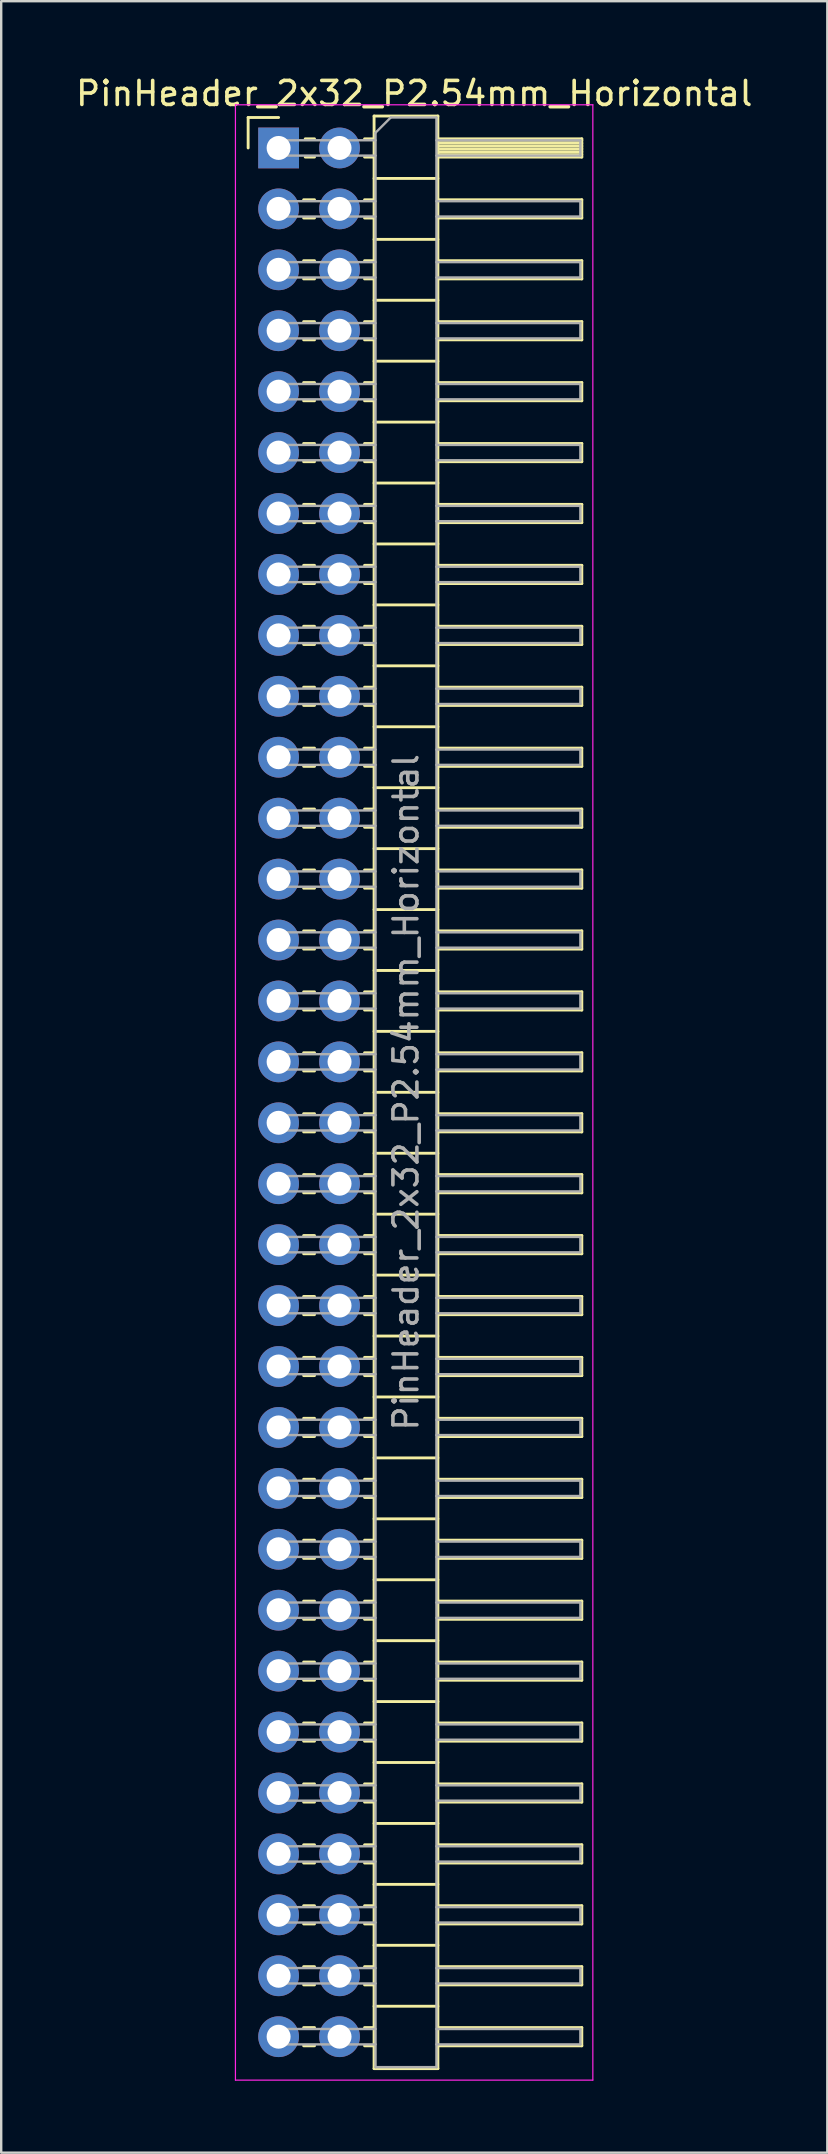
<source format=kicad_pcb>
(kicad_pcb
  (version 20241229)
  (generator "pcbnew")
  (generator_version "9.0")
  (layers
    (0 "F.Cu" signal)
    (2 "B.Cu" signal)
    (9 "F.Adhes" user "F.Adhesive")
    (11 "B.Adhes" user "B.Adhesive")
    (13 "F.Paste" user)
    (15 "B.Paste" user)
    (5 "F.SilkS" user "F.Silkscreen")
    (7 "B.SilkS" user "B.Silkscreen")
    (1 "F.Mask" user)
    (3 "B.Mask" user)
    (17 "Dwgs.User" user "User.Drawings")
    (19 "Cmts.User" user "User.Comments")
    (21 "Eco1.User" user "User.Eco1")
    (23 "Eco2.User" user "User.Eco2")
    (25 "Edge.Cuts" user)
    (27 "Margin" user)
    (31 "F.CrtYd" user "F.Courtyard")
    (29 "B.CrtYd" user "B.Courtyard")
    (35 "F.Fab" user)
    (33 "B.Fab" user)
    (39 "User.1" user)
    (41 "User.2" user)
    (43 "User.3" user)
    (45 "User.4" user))
  (footprint "PinHeader_2x32_P2.54mm_Horizontal"
    (layer "F.Cu")
    (at 8.565 3.118)
    (property "Reference" "PinHeader_2x32_P2.54mm_Horizontal" (at 5.655 -2.27 0) (layer "F.SilkS") (effects (font (size 1 1) (thickness 0.15))))
    (attr through_hole)
    (fp_line (start -1.27 -1.27) (end 0 -1.27) (stroke (width 0.12) (type solid)) (layer "F.SilkS"))
    (fp_line (start -1.27 0) (end -1.27 -1.27) (stroke (width 0.12) (type solid)) (layer "F.SilkS"))
    (fp_line (start 1.043 2.16) (end 1.497 2.16) (stroke (width 0.12) (type solid)) (layer "F.SilkS"))
    (fp_line (start 1.043 2.92) (end 1.497 2.92) (stroke (width 0.12) (type solid)) (layer "F.SilkS"))
    (fp_line (start 1.043 4.7) (end 1.497 4.7) (stroke (width 0.12) (type solid)) (layer "F.SilkS"))
    (fp_line (start 1.043 5.46) (end 1.497 5.46) (stroke (width 0.12) (type solid)) (layer "F.SilkS"))
    (fp_line (start 1.043 7.24) (end 1.497 7.24) (stroke (width 0.12) (type solid)) (layer "F.SilkS"))
    (fp_line (start 1.043 8) (end 1.497 8) (stroke (width 0.12) (type solid)) (layer "F.SilkS"))
    (fp_line (start 1.043 9.78) (end 1.497 9.78) (stroke (width 0.12) (type solid)) (layer "F.SilkS"))
    (fp_line (start 1.043 10.54) (end 1.497 10.54) (stroke (width 0.12) (type solid)) (layer "F.SilkS"))
    (fp_line (start 1.043 12.32) (end 1.497 12.32) (stroke (width 0.12) (type solid)) (layer "F.SilkS"))
    (fp_line (start 1.043 13.08) (end 1.497 13.08) (stroke (width 0.12) (type solid)) (layer "F.SilkS"))
    (fp_line (start 1.043 14.86) (end 1.497 14.86) (stroke (width 0.12) (type solid)) (layer "F.SilkS"))
    (fp_line (start 1.043 15.62) (end 1.497 15.62) (stroke (width 0.12) (type solid)) (layer "F.SilkS"))
    (fp_line (start 1.043 17.4) (end 1.497 17.4) (stroke (width 0.12) (type solid)) (layer "F.SilkS"))
    (fp_line (start 1.043 18.16) (end 1.497 18.16) (stroke (width 0.12) (type solid)) (layer "F.SilkS"))
    (fp_line (start 1.043 19.94) (end 1.497 19.94) (stroke (width 0.12) (type solid)) (layer "F.SilkS"))
    (fp_line (start 1.043 20.7) (end 1.497 20.7) (stroke (width 0.12) (type solid)) (layer "F.SilkS"))
    (fp_line (start 1.043 22.48) (end 1.497 22.48) (stroke (width 0.12) (type solid)) (layer "F.SilkS"))
    (fp_line (start 1.043 23.24) (end 1.497 23.24) (stroke (width 0.12) (type solid)) (layer "F.SilkS"))
    (fp_line (start 1.043 25.02) (end 1.497 25.02) (stroke (width 0.12) (type solid)) (layer "F.SilkS"))
    (fp_line (start 1.043 25.78) (end 1.497 25.78) (stroke (width 0.12) (type solid)) (layer "F.SilkS"))
    (fp_line (start 1.043 27.56) (end 1.497 27.56) (stroke (width 0.12) (type solid)) (layer "F.SilkS"))
    (fp_line (start 1.043 28.32) (end 1.497 28.32) (stroke (width 0.12) (type solid)) (layer "F.SilkS"))
    (fp_line (start 1.043 30.1) (end 1.497 30.1) (stroke (width 0.12) (type solid)) (layer "F.SilkS"))
    (fp_line (start 1.043 30.86) (end 1.497 30.86) (stroke (width 0.12) (type solid)) (layer "F.SilkS"))
    (fp_line (start 1.043 32.64) (end 1.497 32.64) (stroke (width 0.12) (type solid)) (layer "F.SilkS"))
    (fp_line (start 1.043 33.4) (end 1.497 33.4) (stroke (width 0.12) (type solid)) (layer "F.SilkS"))
    (fp_line (start 1.043 35.18) (end 1.497 35.18) (stroke (width 0.12) (type solid)) (layer "F.SilkS"))
    (fp_line (start 1.043 35.94) (end 1.497 35.94) (stroke (width 0.12) (type solid)) (layer "F.SilkS"))
    (fp_line (start 1.043 37.72) (end 1.497 37.72) (stroke (width 0.12) (type solid)) (layer "F.SilkS"))
    (fp_line (start 1.043 38.48) (end 1.497 38.48) (stroke (width 0.12) (type solid)) (layer "F.SilkS"))
    (fp_line (start 1.043 40.26) (end 1.497 40.26) (stroke (width 0.12) (type solid)) (layer "F.SilkS"))
    (fp_line (start 1.043 41.02) (end 1.497 41.02) (stroke (width 0.12) (type solid)) (layer "F.SilkS"))
    (fp_line (start 1.043 42.8) (end 1.497 42.8) (stroke (width 0.12) (type solid)) (layer "F.SilkS"))
    (fp_line (start 1.043 43.56) (end 1.497 43.56) (stroke (width 0.12) (type solid)) (layer "F.SilkS"))
    (fp_line (start 1.043 45.34) (end 1.497 45.34) (stroke (width 0.12) (type solid)) (layer "F.SilkS"))
    (fp_line (start 1.043 46.1) (end 1.497 46.1) (stroke (width 0.12) (type solid)) (layer "F.SilkS"))
    (fp_line (start 1.043 47.88) (end 1.497 47.88) (stroke (width 0.12) (type solid)) (layer "F.SilkS"))
    (fp_line (start 1.043 48.64) (end 1.497 48.64) (stroke (width 0.12) (type solid)) (layer "F.SilkS"))
    (fp_line (start 1.043 50.42) (end 1.497 50.42) (stroke (width 0.12) (type solid)) (layer "F.SilkS"))
    (fp_line (start 1.043 51.18) (end 1.497 51.18) (stroke (width 0.12) (type solid)) (layer "F.SilkS"))
    (fp_line (start 1.043 52.96) (end 1.497 52.96) (stroke (width 0.12) (type solid)) (layer "F.SilkS"))
    (fp_line (start 1.043 53.72) (end 1.497 53.72) (stroke (width 0.12) (type solid)) (layer "F.SilkS"))
    (fp_line (start 1.043 55.5) (end 1.497 55.5) (stroke (width 0.12) (type solid)) (layer "F.SilkS"))
    (fp_line (start 1.043 56.26) (end 1.497 56.26) (stroke (width 0.12) (type solid)) (layer "F.SilkS"))
    (fp_line (start 1.043 58.04) (end 1.497 58.04) (stroke (width 0.12) (type solid)) (layer "F.SilkS"))
    (fp_line (start 1.043 58.8) (end 1.497 58.8) (stroke (width 0.12) (type solid)) (layer "F.SilkS"))
    (fp_line (start 1.043 60.58) (end 1.497 60.58) (stroke (width 0.12) (type solid)) (layer "F.SilkS"))
    (fp_line (start 1.043 61.34) (end 1.497 61.34) (stroke (width 0.12) (type solid)) (layer "F.SilkS"))
    (fp_line (start 1.043 63.12) (end 1.497 63.12) (stroke (width 0.12) (type solid)) (layer "F.SilkS"))
    (fp_line (start 1.043 63.88) (end 1.497 63.88) (stroke (width 0.12) (type solid)) (layer "F.SilkS"))
    (fp_line (start 1.043 65.66) (end 1.497 65.66) (stroke (width 0.12) (type solid)) (layer "F.SilkS"))
    (fp_line (start 1.043 66.42) (end 1.497 66.42) (stroke (width 0.12) (type solid)) (layer "F.SilkS"))
    (fp_line (start 1.043 68.2) (end 1.497 68.2) (stroke (width 0.12) (type solid)) (layer "F.SilkS"))
    (fp_line (start 1.043 68.96) (end 1.497 68.96) (stroke (width 0.12) (type solid)) (layer "F.SilkS"))
    (fp_line (start 1.043 70.74) (end 1.497 70.74) (stroke (width 0.12) (type solid)) (layer "F.SilkS"))
    (fp_line (start 1.043 71.5) (end 1.497 71.5) (stroke (width 0.12) (type solid)) (layer "F.SilkS"))
    (fp_line (start 1.043 73.28) (end 1.497 73.28) (stroke (width 0.12) (type solid)) (layer "F.SilkS"))
    (fp_line (start 1.043 74.04) (end 1.497 74.04) (stroke (width 0.12) (type solid)) (layer "F.SilkS"))
    (fp_line (start 1.043 75.82) (end 1.497 75.82) (stroke (width 0.12) (type solid)) (layer "F.SilkS"))
    (fp_line (start 1.043 76.58) (end 1.497 76.58) (stroke (width 0.12) (type solid)) (layer "F.SilkS"))
    (fp_line (start 1.043 78.36) (end 1.497 78.36) (stroke (width 0.12) (type solid)) (layer "F.SilkS"))
    (fp_line (start 1.043 79.12) (end 1.497 79.12) (stroke (width 0.12) (type solid)) (layer "F.SilkS"))
    (fp_line (start 1.11 -0.38) (end 1.497 -0.38) (stroke (width 0.12) (type solid)) (layer "F.SilkS"))
    (fp_line (start 1.11 0.38) (end 1.497 0.38) (stroke (width 0.12) (type solid)) (layer "F.SilkS"))
    (fp_line (start 3.583 -0.38) (end 3.98 -0.38) (stroke (width 0.12) (type solid)) (layer "F.SilkS"))
    (fp_line (start 3.583 0.38) (end 3.98 0.38) (stroke (width 0.12) (type solid)) (layer "F.SilkS"))
    (fp_line (start 3.583 2.16) (end 3.98 2.16) (stroke (width 0.12) (type solid)) (layer "F.SilkS"))
    (fp_line (start 3.583 2.92) (end 3.98 2.92) (stroke (width 0.12) (type solid)) (layer "F.SilkS"))
    (fp_line (start 3.583 4.7) (end 3.98 4.7) (stroke (width 0.12) (type solid)) (layer "F.SilkS"))
    (fp_line (start 3.583 5.46) (end 3.98 5.46) (stroke (width 0.12) (type solid)) (layer "F.SilkS"))
    (fp_line (start 3.583 7.24) (end 3.98 7.24) (stroke (width 0.12) (type solid)) (layer "F.SilkS"))
    (fp_line (start 3.583 8) (end 3.98 8) (stroke (width 0.12) (type solid)) (layer "F.SilkS"))
    (fp_line (start 3.583 9.78) (end 3.98 9.78) (stroke (width 0.12) (type solid)) (layer "F.SilkS"))
    (fp_line (start 3.583 10.54) (end 3.98 10.54) (stroke (width 0.12) (type solid)) (layer "F.SilkS"))
    (fp_line (start 3.583 12.32) (end 3.98 12.32) (stroke (width 0.12) (type solid)) (layer "F.SilkS"))
    (fp_line (start 3.583 13.08) (end 3.98 13.08) (stroke (width 0.12) (type solid)) (layer "F.SilkS"))
    (fp_line (start 3.583 14.86) (end 3.98 14.86) (stroke (width 0.12) (type solid)) (layer "F.SilkS"))
    (fp_line (start 3.583 15.62) (end 3.98 15.62) (stroke (width 0.12) (type solid)) (layer "F.SilkS"))
    (fp_line (start 3.583 17.4) (end 3.98 17.4) (stroke (width 0.12) (type solid)) (layer "F.SilkS"))
    (fp_line (start 3.583 18.16) (end 3.98 18.16) (stroke (width 0.12) (type solid)) (layer "F.SilkS"))
    (fp_line (start 3.583 19.94) (end 3.98 19.94) (stroke (width 0.12) (type solid)) (layer "F.SilkS"))
    (fp_line (start 3.583 20.7) (end 3.98 20.7) (stroke (width 0.12) (type solid)) (layer "F.SilkS"))
    (fp_line (start 3.583 22.48) (end 3.98 22.48) (stroke (width 0.12) (type solid)) (layer "F.SilkS"))
    (fp_line (start 3.583 23.24) (end 3.98 23.24) (stroke (width 0.12) (type solid)) (layer "F.SilkS"))
    (fp_line (start 3.583 25.02) (end 3.98 25.02) (stroke (width 0.12) (type solid)) (layer "F.SilkS"))
    (fp_line (start 3.583 25.78) (end 3.98 25.78) (stroke (width 0.12) (type solid)) (layer "F.SilkS"))
    (fp_line (start 3.583 27.56) (end 3.98 27.56) (stroke (width 0.12) (type solid)) (layer "F.SilkS"))
    (fp_line (start 3.583 28.32) (end 3.98 28.32) (stroke (width 0.12) (type solid)) (layer "F.SilkS"))
    (fp_line (start 3.583 30.1) (end 3.98 30.1) (stroke (width 0.12) (type solid)) (layer "F.SilkS"))
    (fp_line (start 3.583 30.86) (end 3.98 30.86) (stroke (width 0.12) (type solid)) (layer "F.SilkS"))
    (fp_line (start 3.583 32.64) (end 3.98 32.64) (stroke (width 0.12) (type solid)) (layer "F.SilkS"))
    (fp_line (start 3.583 33.4) (end 3.98 33.4) (stroke (width 0.12) (type solid)) (layer "F.SilkS"))
    (fp_line (start 3.583 35.18) (end 3.98 35.18) (stroke (width 0.12) (type solid)) (layer "F.SilkS"))
    (fp_line (start 3.583 35.94) (end 3.98 35.94) (stroke (width 0.12) (type solid)) (layer "F.SilkS"))
    (fp_line (start 3.583 37.72) (end 3.98 37.72) (stroke (width 0.12) (type solid)) (layer "F.SilkS"))
    (fp_line (start 3.583 38.48) (end 3.98 38.48) (stroke (width 0.12) (type solid)) (layer "F.SilkS"))
    (fp_line (start 3.583 40.26) (end 3.98 40.26) (stroke (width 0.12) (type solid)) (layer "F.SilkS"))
    (fp_line (start 3.583 41.02) (end 3.98 41.02) (stroke (width 0.12) (type solid)) (layer "F.SilkS"))
    (fp_line (start 3.583 42.8) (end 3.98 42.8) (stroke (width 0.12) (type solid)) (layer "F.SilkS"))
    (fp_line (start 3.583 43.56) (end 3.98 43.56) (stroke (width 0.12) (type solid)) (layer "F.SilkS"))
    (fp_line (start 3.583 45.34) (end 3.98 45.34) (stroke (width 0.12) (type solid)) (layer "F.SilkS"))
    (fp_line (start 3.583 46.1) (end 3.98 46.1) (stroke (width 0.12) (type solid)) (layer "F.SilkS"))
    (fp_line (start 3.583 47.88) (end 3.98 47.88) (stroke (width 0.12) (type solid)) (layer "F.SilkS"))
    (fp_line (start 3.583 48.64) (end 3.98 48.64) (stroke (width 0.12) (type solid)) (layer "F.SilkS"))
    (fp_line (start 3.583 50.42) (end 3.98 50.42) (stroke (width 0.12) (type solid)) (layer "F.SilkS"))
    (fp_line (start 3.583 51.18) (end 3.98 51.18) (stroke (width 0.12) (type solid)) (layer "F.SilkS"))
    (fp_line (start 3.583 52.96) (end 3.98 52.96) (stroke (width 0.12) (type solid)) (layer "F.SilkS"))
    (fp_line (start 3.583 53.72) (end 3.98 53.72) (stroke (width 0.12) (type solid)) (layer "F.SilkS"))
    (fp_line (start 3.583 55.5) (end 3.98 55.5) (stroke (width 0.12) (type solid)) (layer "F.SilkS"))
    (fp_line (start 3.583 56.26) (end 3.98 56.26) (stroke (width 0.12) (type solid)) (layer "F.SilkS"))
    (fp_line (start 3.583 58.04) (end 3.98 58.04) (stroke (width 0.12) (type solid)) (layer "F.SilkS"))
    (fp_line (start 3.583 58.8) (end 3.98 58.8) (stroke (width 0.12) (type solid)) (layer "F.SilkS"))
    (fp_line (start 3.583 60.58) (end 3.98 60.58) (stroke (width 0.12) (type solid)) (layer "F.SilkS"))
    (fp_line (start 3.583 61.34) (end 3.98 61.34) (stroke (width 0.12) (type solid)) (layer "F.SilkS"))
    (fp_line (start 3.583 63.12) (end 3.98 63.12) (stroke (width 0.12) (type solid)) (layer "F.SilkS"))
    (fp_line (start 3.583 63.88) (end 3.98 63.88) (stroke (width 0.12) (type solid)) (layer "F.SilkS"))
    (fp_line (start 3.583 65.66) (end 3.98 65.66) (stroke (width 0.12) (type solid)) (layer "F.SilkS"))
    (fp_line (start 3.583 66.42) (end 3.98 66.42) (stroke (width 0.12) (type solid)) (layer "F.SilkS"))
    (fp_line (start 3.583 68.2) (end 3.98 68.2) (stroke (width 0.12) (type solid)) (layer "F.SilkS"))
    (fp_line (start 3.583 68.96) (end 3.98 68.96) (stroke (width 0.12) (type solid)) (layer "F.SilkS"))
    (fp_line (start 3.583 70.74) (end 3.98 70.74) (stroke (width 0.12) (type solid)) (layer "F.SilkS"))
    (fp_line (start 3.583 71.5) (end 3.98 71.5) (stroke (width 0.12) (type solid)) (layer "F.SilkS"))
    (fp_line (start 3.583 73.28) (end 3.98 73.28) (stroke (width 0.12) (type solid)) (layer "F.SilkS"))
    (fp_line (start 3.583 74.04) (end 3.98 74.04) (stroke (width 0.12) (type solid)) (layer "F.SilkS"))
    (fp_line (start 3.583 75.82) (end 3.98 75.82) (stroke (width 0.12) (type solid)) (layer "F.SilkS"))
    (fp_line (start 3.583 76.58) (end 3.98 76.58) (stroke (width 0.12) (type solid)) (layer "F.SilkS"))
    (fp_line (start 3.583 78.36) (end 3.98 78.36) (stroke (width 0.12) (type solid)) (layer "F.SilkS"))
    (fp_line (start 3.583 79.12) (end 3.98 79.12) (stroke (width 0.12) (type solid)) (layer "F.SilkS"))
    (fp_line (start 3.98 -1.33) (end 3.98 80.07) (stroke (width 0.12) (type solid)) (layer "F.SilkS"))
    (fp_line (start 3.98 1.27) (end 6.64 1.27) (stroke (width 0.12) (type solid)) (layer "F.SilkS"))
    (fp_line (start 3.98 3.81) (end 6.64 3.81) (stroke (width 0.12) (type solid)) (layer "F.SilkS"))
    (fp_line (start 3.98 6.35) (end 6.64 6.35) (stroke (width 0.12) (type solid)) (layer "F.SilkS"))
    (fp_line (start 3.98 8.89) (end 6.64 8.89) (stroke (width 0.12) (type solid)) (layer "F.SilkS"))
    (fp_line (start 3.98 11.43) (end 6.64 11.43) (stroke (width 0.12) (type solid)) (layer "F.SilkS"))
    (fp_line (start 3.98 13.97) (end 6.64 13.97) (stroke (width 0.12) (type solid)) (layer "F.SilkS"))
    (fp_line (start 3.98 16.51) (end 6.64 16.51) (stroke (width 0.12) (type solid)) (layer "F.SilkS"))
    (fp_line (start 3.98 19.05) (end 6.64 19.05) (stroke (width 0.12) (type solid)) (layer "F.SilkS"))
    (fp_line (start 3.98 21.59) (end 6.64 21.59) (stroke (width 0.12) (type solid)) (layer "F.SilkS"))
    (fp_line (start 3.98 24.13) (end 6.64 24.13) (stroke (width 0.12) (type solid)) (layer "F.SilkS"))
    (fp_line (start 3.98 26.67) (end 6.64 26.67) (stroke (width 0.12) (type solid)) (layer "F.SilkS"))
    (fp_line (start 3.98 29.21) (end 6.64 29.21) (stroke (width 0.12) (type solid)) (layer "F.SilkS"))
    (fp_line (start 3.98 31.75) (end 6.64 31.75) (stroke (width 0.12) (type solid)) (layer "F.SilkS"))
    (fp_line (start 3.98 34.29) (end 6.64 34.29) (stroke (width 0.12) (type solid)) (layer "F.SilkS"))
    (fp_line (start 3.98 36.83) (end 6.64 36.83) (stroke (width 0.12) (type solid)) (layer "F.SilkS"))
    (fp_line (start 3.98 39.37) (end 6.64 39.37) (stroke (width 0.12) (type solid)) (layer "F.SilkS"))
    (fp_line (start 3.98 41.91) (end 6.64 41.91) (stroke (width 0.12) (type solid)) (layer "F.SilkS"))
    (fp_line (start 3.98 44.45) (end 6.64 44.45) (stroke (width 0.12) (type solid)) (layer "F.SilkS"))
    (fp_line (start 3.98 46.99) (end 6.64 46.99) (stroke (width 0.12) (type solid)) (layer "F.SilkS"))
    (fp_line (start 3.98 49.53) (end 6.64 49.53) (stroke (width 0.12) (type solid)) (layer "F.SilkS"))
    (fp_line (start 3.98 52.07) (end 6.64 52.07) (stroke (width 0.12) (type solid)) (layer "F.SilkS"))
    (fp_line (start 3.98 54.61) (end 6.64 54.61) (stroke (width 0.12) (type solid)) (layer "F.SilkS"))
    (fp_line (start 3.98 57.15) (end 6.64 57.15) (stroke (width 0.12) (type solid)) (layer "F.SilkS"))
    (fp_line (start 3.98 59.69) (end 6.64 59.69) (stroke (width 0.12) (type solid)) (layer "F.SilkS"))
    (fp_line (start 3.98 62.23) (end 6.64 62.23) (stroke (width 0.12) (type solid)) (layer "F.SilkS"))
    (fp_line (start 3.98 64.77) (end 6.64 64.77) (stroke (width 0.12) (type solid)) (layer "F.SilkS"))
    (fp_line (start 3.98 67.31) (end 6.64 67.31) (stroke (width 0.12) (type solid)) (layer "F.SilkS"))
    (fp_line (start 3.98 69.85) (end 6.64 69.85) (stroke (width 0.12) (type solid)) (layer "F.SilkS"))
    (fp_line (start 3.98 72.39) (end 6.64 72.39) (stroke (width 0.12) (type solid)) (layer "F.SilkS"))
    (fp_line (start 3.98 74.93) (end 6.64 74.93) (stroke (width 0.12) (type solid)) (layer "F.SilkS"))
    (fp_line (start 3.98 77.47) (end 6.64 77.47) (stroke (width 0.12) (type solid)) (layer "F.SilkS"))
    (fp_line (start 3.98 80.07) (end 6.64 80.07) (stroke (width 0.12) (type solid)) (layer "F.SilkS"))
    (fp_line (start 6.64 -1.33) (end 3.98 -1.33) (stroke (width 0.12) (type solid)) (layer "F.SilkS"))
    (fp_line (start 6.64 -0.38) (end 12.64 -0.38) (stroke (width 0.12) (type solid)) (layer "F.SilkS"))
    (fp_line (start 6.64 -0.32) (end 12.64 -0.32) (stroke (width 0.12) (type solid)) (layer "F.SilkS"))
    (fp_line (start 6.64 -0.2) (end 12.64 -0.2) (stroke (width 0.12) (type solid)) (layer "F.SilkS"))
    (fp_line (start 6.64 -0.08) (end 12.64 -0.08) (stroke (width 0.12) (type solid)) (layer "F.SilkS"))
    (fp_line (start 6.64 0.04) (end 12.64 0.04) (stroke (width 0.12) (type solid)) (layer "F.SilkS"))
    (fp_line (start 6.64 0.16) (end 12.64 0.16) (stroke (width 0.12) (type solid)) (layer "F.SilkS"))
    (fp_line (start 6.64 0.28) (end 12.64 0.28) (stroke (width 0.12) (type solid)) (layer "F.SilkS"))
    (fp_line (start 6.64 2.16) (end 12.64 2.16) (stroke (width 0.12) (type solid)) (layer "F.SilkS"))
    (fp_line (start 6.64 4.7) (end 12.64 4.7) (stroke (width 0.12) (type solid)) (layer "F.SilkS"))
    (fp_line (start 6.64 7.24) (end 12.64 7.24) (stroke (width 0.12) (type solid)) (layer "F.SilkS"))
    (fp_line (start 6.64 9.78) (end 12.64 9.78) (stroke (width 0.12) (type solid)) (layer "F.SilkS"))
    (fp_line (start 6.64 12.32) (end 12.64 12.32) (stroke (width 0.12) (type solid)) (layer "F.SilkS"))
    (fp_line (start 6.64 14.86) (end 12.64 14.86) (stroke (width 0.12) (type solid)) (layer "F.SilkS"))
    (fp_line (start 6.64 17.4) (end 12.64 17.4) (stroke (width 0.12) (type solid)) (layer "F.SilkS"))
    (fp_line (start 6.64 19.94) (end 12.64 19.94) (stroke (width 0.12) (type solid)) (layer "F.SilkS"))
    (fp_line (start 6.64 22.48) (end 12.64 22.48) (stroke (width 0.12) (type solid)) (layer "F.SilkS"))
    (fp_line (start 6.64 25.02) (end 12.64 25.02) (stroke (width 0.12) (type solid)) (layer "F.SilkS"))
    (fp_line (start 6.64 27.56) (end 12.64 27.56) (stroke (width 0.12) (type solid)) (layer "F.SilkS"))
    (fp_line (start 6.64 30.1) (end 12.64 30.1) (stroke (width 0.12) (type solid)) (layer "F.SilkS"))
    (fp_line (start 6.64 32.64) (end 12.64 32.64) (stroke (width 0.12) (type solid)) (layer "F.SilkS"))
    (fp_line (start 6.64 35.18) (end 12.64 35.18) (stroke (width 0.12) (type solid)) (layer "F.SilkS"))
    (fp_line (start 6.64 37.72) (end 12.64 37.72) (stroke (width 0.12) (type solid)) (layer "F.SilkS"))
    (fp_line (start 6.64 40.26) (end 12.64 40.26) (stroke (width 0.12) (type solid)) (layer "F.SilkS"))
    (fp_line (start 6.64 42.8) (end 12.64 42.8) (stroke (width 0.12) (type solid)) (layer "F.SilkS"))
    (fp_line (start 6.64 45.34) (end 12.64 45.34) (stroke (width 0.12) (type solid)) (layer "F.SilkS"))
    (fp_line (start 6.64 47.88) (end 12.64 47.88) (stroke (width 0.12) (type solid)) (layer "F.SilkS"))
    (fp_line (start 6.64 50.42) (end 12.64 50.42) (stroke (width 0.12) (type solid)) (layer "F.SilkS"))
    (fp_line (start 6.64 52.96) (end 12.64 52.96) (stroke (width 0.12) (type solid)) (layer "F.SilkS"))
    (fp_line (start 6.64 55.5) (end 12.64 55.5) (stroke (width 0.12) (type solid)) (layer "F.SilkS"))
    (fp_line (start 6.64 58.04) (end 12.64 58.04) (stroke (width 0.12) (type solid)) (layer "F.SilkS"))
    (fp_line (start 6.64 60.58) (end 12.64 60.58) (stroke (width 0.12) (type solid)) (layer "F.SilkS"))
    (fp_line (start 6.64 63.12) (end 12.64 63.12) (stroke (width 0.12) (type solid)) (layer "F.SilkS"))
    (fp_line (start 6.64 65.66) (end 12.64 65.66) (stroke (width 0.12) (type solid)) (layer "F.SilkS"))
    (fp_line (start 6.64 68.2) (end 12.64 68.2) (stroke (width 0.12) (type solid)) (layer "F.SilkS"))
    (fp_line (start 6.64 70.74) (end 12.64 70.74) (stroke (width 0.12) (type solid)) (layer "F.SilkS"))
    (fp_line (start 6.64 73.28) (end 12.64 73.28) (stroke (width 0.12) (type solid)) (layer "F.SilkS"))
    (fp_line (start 6.64 75.82) (end 12.64 75.82) (stroke (width 0.12) (type solid)) (layer "F.SilkS"))
    (fp_line (start 6.64 78.36) (end 12.64 78.36) (stroke (width 0.12) (type solid)) (layer "F.SilkS"))
    (fp_line (start 6.64 80.07) (end 6.64 -1.33) (stroke (width 0.12) (type solid)) (layer "F.SilkS"))
    (fp_line (start 12.64 -0.38) (end 12.64 0.38) (stroke (width 0.12) (type solid)) (layer "F.SilkS"))
    (fp_line (start 12.64 0.38) (end 6.64 0.38) (stroke (width 0.12) (type solid)) (layer "F.SilkS"))
    (fp_line (start 12.64 2.16) (end 12.64 2.92) (stroke (width 0.12) (type solid)) (layer "F.SilkS"))
    (fp_line (start 12.64 2.92) (end 6.64 2.92) (stroke (width 0.12) (type solid)) (layer "F.SilkS"))
    (fp_line (start 12.64 4.7) (end 12.64 5.46) (stroke (width 0.12) (type solid)) (layer "F.SilkS"))
    (fp_line (start 12.64 5.46) (end 6.64 5.46) (stroke (width 0.12) (type solid)) (layer "F.SilkS"))
    (fp_line (start 12.64 7.24) (end 12.64 8) (stroke (width 0.12) (type solid)) (layer "F.SilkS"))
    (fp_line (start 12.64 8) (end 6.64 8) (stroke (width 0.12) (type solid)) (layer "F.SilkS"))
    (fp_line (start 12.64 9.78) (end 12.64 10.54) (stroke (width 0.12) (type solid)) (layer "F.SilkS"))
    (fp_line (start 12.64 10.54) (end 6.64 10.54) (stroke (width 0.12) (type solid)) (layer "F.SilkS"))
    (fp_line (start 12.64 12.32) (end 12.64 13.08) (stroke (width 0.12) (type solid)) (layer "F.SilkS"))
    (fp_line (start 12.64 13.08) (end 6.64 13.08) (stroke (width 0.12) (type solid)) (layer "F.SilkS"))
    (fp_line (start 12.64 14.86) (end 12.64 15.62) (stroke (width 0.12) (type solid)) (layer "F.SilkS"))
    (fp_line (start 12.64 15.62) (end 6.64 15.62) (stroke (width 0.12) (type solid)) (layer "F.SilkS"))
    (fp_line (start 12.64 17.4) (end 12.64 18.16) (stroke (width 0.12) (type solid)) (layer "F.SilkS"))
    (fp_line (start 12.64 18.16) (end 6.64 18.16) (stroke (width 0.12) (type solid)) (layer "F.SilkS"))
    (fp_line (start 12.64 19.94) (end 12.64 20.7) (stroke (width 0.12) (type solid)) (layer "F.SilkS"))
    (fp_line (start 12.64 20.7) (end 6.64 20.7) (stroke (width 0.12) (type solid)) (layer "F.SilkS"))
    (fp_line (start 12.64 22.48) (end 12.64 23.24) (stroke (width 0.12) (type solid)) (layer "F.SilkS"))
    (fp_line (start 12.64 23.24) (end 6.64 23.24) (stroke (width 0.12) (type solid)) (layer "F.SilkS"))
    (fp_line (start 12.64 25.02) (end 12.64 25.78) (stroke (width 0.12) (type solid)) (layer "F.SilkS"))
    (fp_line (start 12.64 25.78) (end 6.64 25.78) (stroke (width 0.12) (type solid)) (layer "F.SilkS"))
    (fp_line (start 12.64 27.56) (end 12.64 28.32) (stroke (width 0.12) (type solid)) (layer "F.SilkS"))
    (fp_line (start 12.64 28.32) (end 6.64 28.32) (stroke (width 0.12) (type solid)) (layer "F.SilkS"))
    (fp_line (start 12.64 30.1) (end 12.64 30.86) (stroke (width 0.12) (type solid)) (layer "F.SilkS"))
    (fp_line (start 12.64 30.86) (end 6.64 30.86) (stroke (width 0.12) (type solid)) (layer "F.SilkS"))
    (fp_line (start 12.64 32.64) (end 12.64 33.4) (stroke (width 0.12) (type solid)) (layer "F.SilkS"))
    (fp_line (start 12.64 33.4) (end 6.64 33.4) (stroke (width 0.12) (type solid)) (layer "F.SilkS"))
    (fp_line (start 12.64 35.18) (end 12.64 35.94) (stroke (width 0.12) (type solid)) (layer "F.SilkS"))
    (fp_line (start 12.64 35.94) (end 6.64 35.94) (stroke (width 0.12) (type solid)) (layer "F.SilkS"))
    (fp_line (start 12.64 37.72) (end 12.64 38.48) (stroke (width 0.12) (type solid)) (layer "F.SilkS"))
    (fp_line (start 12.64 38.48) (end 6.64 38.48) (stroke (width 0.12) (type solid)) (layer "F.SilkS"))
    (fp_line (start 12.64 40.26) (end 12.64 41.02) (stroke (width 0.12) (type solid)) (layer "F.SilkS"))
    (fp_line (start 12.64 41.02) (end 6.64 41.02) (stroke (width 0.12) (type solid)) (layer "F.SilkS"))
    (fp_line (start 12.64 42.8) (end 12.64 43.56) (stroke (width 0.12) (type solid)) (layer "F.SilkS"))
    (fp_line (start 12.64 43.56) (end 6.64 43.56) (stroke (width 0.12) (type solid)) (layer "F.SilkS"))
    (fp_line (start 12.64 45.34) (end 12.64 46.1) (stroke (width 0.12) (type solid)) (layer "F.SilkS"))
    (fp_line (start 12.64 46.1) (end 6.64 46.1) (stroke (width 0.12) (type solid)) (layer "F.SilkS"))
    (fp_line (start 12.64 47.88) (end 12.64 48.64) (stroke (width 0.12) (type solid)) (layer "F.SilkS"))
    (fp_line (start 12.64 48.64) (end 6.64 48.64) (stroke (width 0.12) (type solid)) (layer "F.SilkS"))
    (fp_line (start 12.64 50.42) (end 12.64 51.18) (stroke (width 0.12) (type solid)) (layer "F.SilkS"))
    (fp_line (start 12.64 51.18) (end 6.64 51.18) (stroke (width 0.12) (type solid)) (layer "F.SilkS"))
    (fp_line (start 12.64 52.96) (end 12.64 53.72) (stroke (width 0.12) (type solid)) (layer "F.SilkS"))
    (fp_line (start 12.64 53.72) (end 6.64 53.72) (stroke (width 0.12) (type solid)) (layer "F.SilkS"))
    (fp_line (start 12.64 55.5) (end 12.64 56.26) (stroke (width 0.12) (type solid)) (layer "F.SilkS"))
    (fp_line (start 12.64 56.26) (end 6.64 56.26) (stroke (width 0.12) (type solid)) (layer "F.SilkS"))
    (fp_line (start 12.64 58.04) (end 12.64 58.8) (stroke (width 0.12) (type solid)) (layer "F.SilkS"))
    (fp_line (start 12.64 58.8) (end 6.64 58.8) (stroke (width 0.12) (type solid)) (layer "F.SilkS"))
    (fp_line (start 12.64 60.58) (end 12.64 61.34) (stroke (width 0.12) (type solid)) (layer "F.SilkS"))
    (fp_line (start 12.64 61.34) (end 6.64 61.34) (stroke (width 0.12) (type solid)) (layer "F.SilkS"))
    (fp_line (start 12.64 63.12) (end 12.64 63.88) (stroke (width 0.12) (type solid)) (layer "F.SilkS"))
    (fp_line (start 12.64 63.88) (end 6.64 63.88) (stroke (width 0.12) (type solid)) (layer "F.SilkS"))
    (fp_line (start 12.64 65.66) (end 12.64 66.42) (stroke (width 0.12) (type solid)) (layer "F.SilkS"))
    (fp_line (start 12.64 66.42) (end 6.64 66.42) (stroke (width 0.12) (type solid)) (layer "F.SilkS"))
    (fp_line (start 12.64 68.2) (end 12.64 68.96) (stroke (width 0.12) (type solid)) (layer "F.SilkS"))
    (fp_line (start 12.64 68.96) (end 6.64 68.96) (stroke (width 0.12) (type solid)) (layer "F.SilkS"))
    (fp_line (start 12.64 70.74) (end 12.64 71.5) (stroke (width 0.12) (type solid)) (layer "F.SilkS"))
    (fp_line (start 12.64 71.5) (end 6.64 71.5) (stroke (width 0.12) (type solid)) (layer "F.SilkS"))
    (fp_line (start 12.64 73.28) (end 12.64 74.04) (stroke (width 0.12) (type solid)) (layer "F.SilkS"))
    (fp_line (start 12.64 74.04) (end 6.64 74.04) (stroke (width 0.12) (type solid)) (layer "F.SilkS"))
    (fp_line (start 12.64 75.82) (end 12.64 76.58) (stroke (width 0.12) (type solid)) (layer "F.SilkS"))
    (fp_line (start 12.64 76.58) (end 6.64 76.58) (stroke (width 0.12) (type solid)) (layer "F.SilkS"))
    (fp_line (start 12.64 78.36) (end 12.64 79.12) (stroke (width 0.12) (type solid)) (layer "F.SilkS"))
    (fp_line (start 12.64 79.12) (end 6.64 79.12) (stroke (width 0.12) (type solid)) (layer "F.SilkS"))
    (fp_line (start -1.8 -1.8) (end -1.8 80.55) (stroke (width 0.05) (type solid)) (layer "F.CrtYd"))
    (fp_line (start -1.8 80.55) (end 13.1 80.55) (stroke (width 0.05) (type solid)) (layer "F.CrtYd"))
    (fp_line (start 13.1 -1.8) (end -1.8 -1.8) (stroke (width 0.05) (type solid)) (layer "F.CrtYd"))
    (fp_line (start 13.1 80.55) (end 13.1 -1.8) (stroke (width 0.05) (type solid)) (layer "F.CrtYd"))
    (fp_line (start -0.32 -0.32) (end -0.32 0.32) (stroke (width 0.1) (type solid)) (layer "F.Fab"))
    (fp_line (start -0.32 -0.32) (end 4.04 -0.32) (stroke (width 0.1) (type solid)) (layer "F.Fab"))
    (fp_line (start -0.32 0.32) (end 4.04 0.32) (stroke (width 0.1) (type solid)) (layer "F.Fab"))
    (fp_line (start -0.32 2.22) (end -0.32 2.86) (stroke (width 0.1) (type solid)) (layer "F.Fab"))
    (fp_line (start -0.32 2.22) (end 4.04 2.22) (stroke (width 0.1) (type solid)) (layer "F.Fab"))
    (fp_line (start -0.32 2.86) (end 4.04 2.86) (stroke (width 0.1) (type solid)) (layer "F.Fab"))
    (fp_line (start -0.32 4.76) (end -0.32 5.4) (stroke (width 0.1) (type solid)) (layer "F.Fab"))
    (fp_line (start -0.32 4.76) (end 4.04 4.76) (stroke (width 0.1) (type solid)) (layer "F.Fab"))
    (fp_line (start -0.32 5.4) (end 4.04 5.4) (stroke (width 0.1) (type solid)) (layer "F.Fab"))
    (fp_line (start -0.32 7.3) (end -0.32 7.94) (stroke (width 0.1) (type solid)) (layer "F.Fab"))
    (fp_line (start -0.32 7.3) (end 4.04 7.3) (stroke (width 0.1) (type solid)) (layer "F.Fab"))
    (fp_line (start -0.32 7.94) (end 4.04 7.94) (stroke (width 0.1) (type solid)) (layer "F.Fab"))
    (fp_line (start -0.32 9.84) (end -0.32 10.48) (stroke (width 0.1) (type solid)) (layer "F.Fab"))
    (fp_line (start -0.32 9.84) (end 4.04 9.84) (stroke (width 0.1) (type solid)) (layer "F.Fab"))
    (fp_line (start -0.32 10.48) (end 4.04 10.48) (stroke (width 0.1) (type solid)) (layer "F.Fab"))
    (fp_line (start -0.32 12.38) (end -0.32 13.02) (stroke (width 0.1) (type solid)) (layer "F.Fab"))
    (fp_line (start -0.32 12.38) (end 4.04 12.38) (stroke (width 0.1) (type solid)) (layer "F.Fab"))
    (fp_line (start -0.32 13.02) (end 4.04 13.02) (stroke (width 0.1) (type solid)) (layer "F.Fab"))
    (fp_line (start -0.32 14.92) (end -0.32 15.56) (stroke (width 0.1) (type solid)) (layer "F.Fab"))
    (fp_line (start -0.32 14.92) (end 4.04 14.92) (stroke (width 0.1) (type solid)) (layer "F.Fab"))
    (fp_line (start -0.32 15.56) (end 4.04 15.56) (stroke (width 0.1) (type solid)) (layer "F.Fab"))
    (fp_line (start -0.32 17.46) (end -0.32 18.1) (stroke (width 0.1) (type solid)) (layer "F.Fab"))
    (fp_line (start -0.32 17.46) (end 4.04 17.46) (stroke (width 0.1) (type solid)) (layer "F.Fab"))
    (fp_line (start -0.32 18.1) (end 4.04 18.1) (stroke (width 0.1) (type solid)) (layer "F.Fab"))
    (fp_line (start -0.32 20) (end -0.32 20.64) (stroke (width 0.1) (type solid)) (layer "F.Fab"))
    (fp_line (start -0.32 20) (end 4.04 20) (stroke (width 0.1) (type solid)) (layer "F.Fab"))
    (fp_line (start -0.32 20.64) (end 4.04 20.64) (stroke (width 0.1) (type solid)) (layer "F.Fab"))
    (fp_line (start -0.32 22.54) (end -0.32 23.18) (stroke (width 0.1) (type solid)) (layer "F.Fab"))
    (fp_line (start -0.32 22.54) (end 4.04 22.54) (stroke (width 0.1) (type solid)) (layer "F.Fab"))
    (fp_line (start -0.32 23.18) (end 4.04 23.18) (stroke (width 0.1) (type solid)) (layer "F.Fab"))
    (fp_line (start -0.32 25.08) (end -0.32 25.72) (stroke (width 0.1) (type solid)) (layer "F.Fab"))
    (fp_line (start -0.32 25.08) (end 4.04 25.08) (stroke (width 0.1) (type solid)) (layer "F.Fab"))
    (fp_line (start -0.32 25.72) (end 4.04 25.72) (stroke (width 0.1) (type solid)) (layer "F.Fab"))
    (fp_line (start -0.32 27.62) (end -0.32 28.26) (stroke (width 0.1) (type solid)) (layer "F.Fab"))
    (fp_line (start -0.32 27.62) (end 4.04 27.62) (stroke (width 0.1) (type solid)) (layer "F.Fab"))
    (fp_line (start -0.32 28.26) (end 4.04 28.26) (stroke (width 0.1) (type solid)) (layer "F.Fab"))
    (fp_line (start -0.32 30.16) (end -0.32 30.8) (stroke (width 0.1) (type solid)) (layer "F.Fab"))
    (fp_line (start -0.32 30.16) (end 4.04 30.16) (stroke (width 0.1) (type solid)) (layer "F.Fab"))
    (fp_line (start -0.32 30.8) (end 4.04 30.8) (stroke (width 0.1) (type solid)) (layer "F.Fab"))
    (fp_line (start -0.32 32.7) (end -0.32 33.34) (stroke (width 0.1) (type solid)) (layer "F.Fab"))
    (fp_line (start -0.32 32.7) (end 4.04 32.7) (stroke (width 0.1) (type solid)) (layer "F.Fab"))
    (fp_line (start -0.32 33.34) (end 4.04 33.34) (stroke (width 0.1) (type solid)) (layer "F.Fab"))
    (fp_line (start -0.32 35.24) (end -0.32 35.88) (stroke (width 0.1) (type solid)) (layer "F.Fab"))
    (fp_line (start -0.32 35.24) (end 4.04 35.24) (stroke (width 0.1) (type solid)) (layer "F.Fab"))
    (fp_line (start -0.32 35.88) (end 4.04 35.88) (stroke (width 0.1) (type solid)) (layer "F.Fab"))
    (fp_line (start -0.32 37.78) (end -0.32 38.42) (stroke (width 0.1) (type solid)) (layer "F.Fab"))
    (fp_line (start -0.32 37.78) (end 4.04 37.78) (stroke (width 0.1) (type solid)) (layer "F.Fab"))
    (fp_line (start -0.32 38.42) (end 4.04 38.42) (stroke (width 0.1) (type solid)) (layer "F.Fab"))
    (fp_line (start -0.32 40.32) (end -0.32 40.96) (stroke (width 0.1) (type solid)) (layer "F.Fab"))
    (fp_line (start -0.32 40.32) (end 4.04 40.32) (stroke (width 0.1) (type solid)) (layer "F.Fab"))
    (fp_line (start -0.32 40.96) (end 4.04 40.96) (stroke (width 0.1) (type solid)) (layer "F.Fab"))
    (fp_line (start -0.32 42.86) (end -0.32 43.5) (stroke (width 0.1) (type solid)) (layer "F.Fab"))
    (fp_line (start -0.32 42.86) (end 4.04 42.86) (stroke (width 0.1) (type solid)) (layer "F.Fab"))
    (fp_line (start -0.32 43.5) (end 4.04 43.5) (stroke (width 0.1) (type solid)) (layer "F.Fab"))
    (fp_line (start -0.32 45.4) (end -0.32 46.04) (stroke (width 0.1) (type solid)) (layer "F.Fab"))
    (fp_line (start -0.32 45.4) (end 4.04 45.4) (stroke (width 0.1) (type solid)) (layer "F.Fab"))
    (fp_line (start -0.32 46.04) (end 4.04 46.04) (stroke (width 0.1) (type solid)) (layer "F.Fab"))
    (fp_line (start -0.32 47.94) (end -0.32 48.58) (stroke (width 0.1) (type solid)) (layer "F.Fab"))
    (fp_line (start -0.32 47.94) (end 4.04 47.94) (stroke (width 0.1) (type solid)) (layer "F.Fab"))
    (fp_line (start -0.32 48.58) (end 4.04 48.58) (stroke (width 0.1) (type solid)) (layer "F.Fab"))
    (fp_line (start -0.32 50.48) (end -0.32 51.12) (stroke (width 0.1) (type solid)) (layer "F.Fab"))
    (fp_line (start -0.32 50.48) (end 4.04 50.48) (stroke (width 0.1) (type solid)) (layer "F.Fab"))
    (fp_line (start -0.32 51.12) (end 4.04 51.12) (stroke (width 0.1) (type solid)) (layer "F.Fab"))
    (fp_line (start -0.32 53.02) (end -0.32 53.66) (stroke (width 0.1) (type solid)) (layer "F.Fab"))
    (fp_line (start -0.32 53.02) (end 4.04 53.02) (stroke (width 0.1) (type solid)) (layer "F.Fab"))
    (fp_line (start -0.32 53.66) (end 4.04 53.66) (stroke (width 0.1) (type solid)) (layer "F.Fab"))
    (fp_line (start -0.32 55.56) (end -0.32 56.2) (stroke (width 0.1) (type solid)) (layer "F.Fab"))
    (fp_line (start -0.32 55.56) (end 4.04 55.56) (stroke (width 0.1) (type solid)) (layer "F.Fab"))
    (fp_line (start -0.32 56.2) (end 4.04 56.2) (stroke (width 0.1) (type solid)) (layer "F.Fab"))
    (fp_line (start -0.32 58.1) (end -0.32 58.74) (stroke (width 0.1) (type solid)) (layer "F.Fab"))
    (fp_line (start -0.32 58.1) (end 4.04 58.1) (stroke (width 0.1) (type solid)) (layer "F.Fab"))
    (fp_line (start -0.32 58.74) (end 4.04 58.74) (stroke (width 0.1) (type solid)) (layer "F.Fab"))
    (fp_line (start -0.32 60.64) (end -0.32 61.28) (stroke (width 0.1) (type solid)) (layer "F.Fab"))
    (fp_line (start -0.32 60.64) (end 4.04 60.64) (stroke (width 0.1) (type solid)) (layer "F.Fab"))
    (fp_line (start -0.32 61.28) (end 4.04 61.28) (stroke (width 0.1) (type solid)) (layer "F.Fab"))
    (fp_line (start -0.32 63.18) (end -0.32 63.82) (stroke (width 0.1) (type solid)) (layer "F.Fab"))
    (fp_line (start -0.32 63.18) (end 4.04 63.18) (stroke (width 0.1) (type solid)) (layer "F.Fab"))
    (fp_line (start -0.32 63.82) (end 4.04 63.82) (stroke (width 0.1) (type solid)) (layer "F.Fab"))
    (fp_line (start -0.32 65.72) (end -0.32 66.36) (stroke (width 0.1) (type solid)) (layer "F.Fab"))
    (fp_line (start -0.32 65.72) (end 4.04 65.72) (stroke (width 0.1) (type solid)) (layer "F.Fab"))
    (fp_line (start -0.32 66.36) (end 4.04 66.36) (stroke (width 0.1) (type solid)) (layer "F.Fab"))
    (fp_line (start -0.32 68.26) (end -0.32 68.9) (stroke (width 0.1) (type solid)) (layer "F.Fab"))
    (fp_line (start -0.32 68.26) (end 4.04 68.26) (stroke (width 0.1) (type solid)) (layer "F.Fab"))
    (fp_line (start -0.32 68.9) (end 4.04 68.9) (stroke (width 0.1) (type solid)) (layer "F.Fab"))
    (fp_line (start -0.32 70.8) (end -0.32 71.44) (stroke (width 0.1) (type solid)) (layer "F.Fab"))
    (fp_line (start -0.32 70.8) (end 4.04 70.8) (stroke (width 0.1) (type solid)) (layer "F.Fab"))
    (fp_line (start -0.32 71.44) (end 4.04 71.44) (stroke (width 0.1) (type solid)) (layer "F.Fab"))
    (fp_line (start -0.32 73.34) (end -0.32 73.98) (stroke (width 0.1) (type solid)) (layer "F.Fab"))
    (fp_line (start -0.32 73.34) (end 4.04 73.34) (stroke (width 0.1) (type solid)) (layer "F.Fab"))
    (fp_line (start -0.32 73.98) (end 4.04 73.98) (stroke (width 0.1) (type solid)) (layer "F.Fab"))
    (fp_line (start -0.32 75.88) (end -0.32 76.52) (stroke (width 0.1) (type solid)) (layer "F.Fab"))
    (fp_line (start -0.32 75.88) (end 4.04 75.88) (stroke (width 0.1) (type solid)) (layer "F.Fab"))
    (fp_line (start -0.32 76.52) (end 4.04 76.52) (stroke (width 0.1) (type solid)) (layer "F.Fab"))
    (fp_line (start -0.32 78.42) (end -0.32 79.06) (stroke (width 0.1) (type solid)) (layer "F.Fab"))
    (fp_line (start -0.32 78.42) (end 4.04 78.42) (stroke (width 0.1) (type solid)) (layer "F.Fab"))
    (fp_line (start -0.32 79.06) (end 4.04 79.06) (stroke (width 0.1) (type solid)) (layer "F.Fab"))
    (fp_line (start 4.04 -0.635) (end 4.675 -1.27) (stroke (width 0.1) (type solid)) (layer "F.Fab"))
    (fp_line (start 4.04 80.01) (end 4.04 -0.635) (stroke (width 0.1) (type solid)) (layer "F.Fab"))
    (fp_line (start 4.675 -1.27) (end 6.58 -1.27) (stroke (width 0.1) (type solid)) (layer "F.Fab"))
    (fp_line (start 6.58 -1.27) (end 6.58 80.01) (stroke (width 0.1) (type solid)) (layer "F.Fab"))
    (fp_line (start 6.58 -0.32) (end 12.58 -0.32) (stroke (width 0.1) (type solid)) (layer "F.Fab"))
    (fp_line (start 6.58 0.32) (end 12.58 0.32) (stroke (width 0.1) (type solid)) (layer "F.Fab"))
    (fp_line (start 6.58 2.22) (end 12.58 2.22) (stroke (width 0.1) (type solid)) (layer "F.Fab"))
    (fp_line (start 6.58 2.86) (end 12.58 2.86) (stroke (width 0.1) (type solid)) (layer "F.Fab"))
    (fp_line (start 6.58 4.76) (end 12.58 4.76) (stroke (width 0.1) (type solid)) (layer "F.Fab"))
    (fp_line (start 6.58 5.4) (end 12.58 5.4) (stroke (width 0.1) (type solid)) (layer "F.Fab"))
    (fp_line (start 6.58 7.3) (end 12.58 7.3) (stroke (width 0.1) (type solid)) (layer "F.Fab"))
    (fp_line (start 6.58 7.94) (end 12.58 7.94) (stroke (width 0.1) (type solid)) (layer "F.Fab"))
    (fp_line (start 6.58 9.84) (end 12.58 9.84) (stroke (width 0.1) (type solid)) (layer "F.Fab"))
    (fp_line (start 6.58 10.48) (end 12.58 10.48) (stroke (width 0.1) (type solid)) (layer "F.Fab"))
    (fp_line (start 6.58 12.38) (end 12.58 12.38) (stroke (width 0.1) (type solid)) (layer "F.Fab"))
    (fp_line (start 6.58 13.02) (end 12.58 13.02) (stroke (width 0.1) (type solid)) (layer "F.Fab"))
    (fp_line (start 6.58 14.92) (end 12.58 14.92) (stroke (width 0.1) (type solid)) (layer "F.Fab"))
    (fp_line (start 6.58 15.56) (end 12.58 15.56) (stroke (width 0.1) (type solid)) (layer "F.Fab"))
    (fp_line (start 6.58 17.46) (end 12.58 17.46) (stroke (width 0.1) (type solid)) (layer "F.Fab"))
    (fp_line (start 6.58 18.1) (end 12.58 18.1) (stroke (width 0.1) (type solid)) (layer "F.Fab"))
    (fp_line (start 6.58 20) (end 12.58 20) (stroke (width 0.1) (type solid)) (layer "F.Fab"))
    (fp_line (start 6.58 20.64) (end 12.58 20.64) (stroke (width 0.1) (type solid)) (layer "F.Fab"))
    (fp_line (start 6.58 22.54) (end 12.58 22.54) (stroke (width 0.1) (type solid)) (layer "F.Fab"))
    (fp_line (start 6.58 23.18) (end 12.58 23.18) (stroke (width 0.1) (type solid)) (layer "F.Fab"))
    (fp_line (start 6.58 25.08) (end 12.58 25.08) (stroke (width 0.1) (type solid)) (layer "F.Fab"))
    (fp_line (start 6.58 25.72) (end 12.58 25.72) (stroke (width 0.1) (type solid)) (layer "F.Fab"))
    (fp_line (start 6.58 27.62) (end 12.58 27.62) (stroke (width 0.1) (type solid)) (layer "F.Fab"))
    (fp_line (start 6.58 28.26) (end 12.58 28.26) (stroke (width 0.1) (type solid)) (layer "F.Fab"))
    (fp_line (start 6.58 30.16) (end 12.58 30.16) (stroke (width 0.1) (type solid)) (layer "F.Fab"))
    (fp_line (start 6.58 30.8) (end 12.58 30.8) (stroke (width 0.1) (type solid)) (layer "F.Fab"))
    (fp_line (start 6.58 32.7) (end 12.58 32.7) (stroke (width 0.1) (type solid)) (layer "F.Fab"))
    (fp_line (start 6.58 33.34) (end 12.58 33.34) (stroke (width 0.1) (type solid)) (layer "F.Fab"))
    (fp_line (start 6.58 35.24) (end 12.58 35.24) (stroke (width 0.1) (type solid)) (layer "F.Fab"))
    (fp_line (start 6.58 35.88) (end 12.58 35.88) (stroke (width 0.1) (type solid)) (layer "F.Fab"))
    (fp_line (start 6.58 37.78) (end 12.58 37.78) (stroke (width 0.1) (type solid)) (layer "F.Fab"))
    (fp_line (start 6.58 38.42) (end 12.58 38.42) (stroke (width 0.1) (type solid)) (layer "F.Fab"))
    (fp_line (start 6.58 40.32) (end 12.58 40.32) (stroke (width 0.1) (type solid)) (layer "F.Fab"))
    (fp_line (start 6.58 40.96) (end 12.58 40.96) (stroke (width 0.1) (type solid)) (layer "F.Fab"))
    (fp_line (start 6.58 42.86) (end 12.58 42.86) (stroke (width 0.1) (type solid)) (layer "F.Fab"))
    (fp_line (start 6.58 43.5) (end 12.58 43.5) (stroke (width 0.1) (type solid)) (layer "F.Fab"))
    (fp_line (start 6.58 45.4) (end 12.58 45.4) (stroke (width 0.1) (type solid)) (layer "F.Fab"))
    (fp_line (start 6.58 46.04) (end 12.58 46.04) (stroke (width 0.1) (type solid)) (layer "F.Fab"))
    (fp_line (start 6.58 47.94) (end 12.58 47.94) (stroke (width 0.1) (type solid)) (layer "F.Fab"))
    (fp_line (start 6.58 48.58) (end 12.58 48.58) (stroke (width 0.1) (type solid)) (layer "F.Fab"))
    (fp_line (start 6.58 50.48) (end 12.58 50.48) (stroke (width 0.1) (type solid)) (layer "F.Fab"))
    (fp_line (start 6.58 51.12) (end 12.58 51.12) (stroke (width 0.1) (type solid)) (layer "F.Fab"))
    (fp_line (start 6.58 53.02) (end 12.58 53.02) (stroke (width 0.1) (type solid)) (layer "F.Fab"))
    (fp_line (start 6.58 53.66) (end 12.58 53.66) (stroke (width 0.1) (type solid)) (layer "F.Fab"))
    (fp_line (start 6.58 55.56) (end 12.58 55.56) (stroke (width 0.1) (type solid)) (layer "F.Fab"))
    (fp_line (start 6.58 56.2) (end 12.58 56.2) (stroke (width 0.1) (type solid)) (layer "F.Fab"))
    (fp_line (start 6.58 58.1) (end 12.58 58.1) (stroke (width 0.1) (type solid)) (layer "F.Fab"))
    (fp_line (start 6.58 58.74) (end 12.58 58.74) (stroke (width 0.1) (type solid)) (layer "F.Fab"))
    (fp_line (start 6.58 60.64) (end 12.58 60.64) (stroke (width 0.1) (type solid)) (layer "F.Fab"))
    (fp_line (start 6.58 61.28) (end 12.58 61.28) (stroke (width 0.1) (type solid)) (layer "F.Fab"))
    (fp_line (start 6.58 63.18) (end 12.58 63.18) (stroke (width 0.1) (type solid)) (layer "F.Fab"))
    (fp_line (start 6.58 63.82) (end 12.58 63.82) (stroke (width 0.1) (type solid)) (layer "F.Fab"))
    (fp_line (start 6.58 65.72) (end 12.58 65.72) (stroke (width 0.1) (type solid)) (layer "F.Fab"))
    (fp_line (start 6.58 66.36) (end 12.58 66.36) (stroke (width 0.1) (type solid)) (layer "F.Fab"))
    (fp_line (start 6.58 68.26) (end 12.58 68.26) (stroke (width 0.1) (type solid)) (layer "F.Fab"))
    (fp_line (start 6.58 68.9) (end 12.58 68.9) (stroke (width 0.1) (type solid)) (layer "F.Fab"))
    (fp_line (start 6.58 70.8) (end 12.58 70.8) (stroke (width 0.1) (type solid)) (layer "F.Fab"))
    (fp_line (start 6.58 71.44) (end 12.58 71.44) (stroke (width 0.1) (type solid)) (layer "F.Fab"))
    (fp_line (start 6.58 73.34) (end 12.58 73.34) (stroke (width 0.1) (type solid)) (layer "F.Fab"))
    (fp_line (start 6.58 73.98) (end 12.58 73.98) (stroke (width 0.1) (type solid)) (layer "F.Fab"))
    (fp_line (start 6.58 75.88) (end 12.58 75.88) (stroke (width 0.1) (type solid)) (layer "F.Fab"))
    (fp_line (start 6.58 76.52) (end 12.58 76.52) (stroke (width 0.1) (type solid)) (layer "F.Fab"))
    (fp_line (start 6.58 78.42) (end 12.58 78.42) (stroke (width 0.1) (type solid)) (layer "F.Fab"))
    (fp_line (start 6.58 79.06) (end 12.58 79.06) (stroke (width 0.1) (type solid)) (layer "F.Fab"))
    (fp_line (start 6.58 80.01) (end 4.04 80.01) (stroke (width 0.1) (type solid)) (layer "F.Fab"))
    (fp_line (start 12.58 -0.32) (end 12.58 0.32) (stroke (width 0.1) (type solid)) (layer "F.Fab"))
    (fp_line (start 12.58 2.22) (end 12.58 2.86) (stroke (width 0.1) (type solid)) (layer "F.Fab"))
    (fp_line (start 12.58 4.76) (end 12.58 5.4) (stroke (width 0.1) (type solid)) (layer "F.Fab"))
    (fp_line (start 12.58 7.3) (end 12.58 7.94) (stroke (width 0.1) (type solid)) (layer "F.Fab"))
    (fp_line (start 12.58 9.84) (end 12.58 10.48) (stroke (width 0.1) (type solid)) (layer "F.Fab"))
    (fp_line (start 12.58 12.38) (end 12.58 13.02) (stroke (width 0.1) (type solid)) (layer "F.Fab"))
    (fp_line (start 12.58 14.92) (end 12.58 15.56) (stroke (width 0.1) (type solid)) (layer "F.Fab"))
    (fp_line (start 12.58 17.46) (end 12.58 18.1) (stroke (width 0.1) (type solid)) (layer "F.Fab"))
    (fp_line (start 12.58 20) (end 12.58 20.64) (stroke (width 0.1) (type solid)) (layer "F.Fab"))
    (fp_line (start 12.58 22.54) (end 12.58 23.18) (stroke (width 0.1) (type solid)) (layer "F.Fab"))
    (fp_line (start 12.58 25.08) (end 12.58 25.72) (stroke (width 0.1) (type solid)) (layer "F.Fab"))
    (fp_line (start 12.58 27.62) (end 12.58 28.26) (stroke (width 0.1) (type solid)) (layer "F.Fab"))
    (fp_line (start 12.58 30.16) (end 12.58 30.8) (stroke (width 0.1) (type solid)) (layer "F.Fab"))
    (fp_line (start 12.58 32.7) (end 12.58 33.34) (stroke (width 0.1) (type solid)) (layer "F.Fab"))
    (fp_line (start 12.58 35.24) (end 12.58 35.88) (stroke (width 0.1) (type solid)) (layer "F.Fab"))
    (fp_line (start 12.58 37.78) (end 12.58 38.42) (stroke (width 0.1) (type solid)) (layer "F.Fab"))
    (fp_line (start 12.58 40.32) (end 12.58 40.96) (stroke (width 0.1) (type solid)) (layer "F.Fab"))
    (fp_line (start 12.58 42.86) (end 12.58 43.5) (stroke (width 0.1) (type solid)) (layer "F.Fab"))
    (fp_line (start 12.58 45.4) (end 12.58 46.04) (stroke (width 0.1) (type solid)) (layer "F.Fab"))
    (fp_line (start 12.58 47.94) (end 12.58 48.58) (stroke (width 0.1) (type solid)) (layer "F.Fab"))
    (fp_line (start 12.58 50.48) (end 12.58 51.12) (stroke (width 0.1) (type solid)) (layer "F.Fab"))
    (fp_line (start 12.58 53.02) (end 12.58 53.66) (stroke (width 0.1) (type solid)) (layer "F.Fab"))
    (fp_line (start 12.58 55.56) (end 12.58 56.2) (stroke (width 0.1) (type solid)) (layer "F.Fab"))
    (fp_line (start 12.58 58.1) (end 12.58 58.74) (stroke (width 0.1) (type solid)) (layer "F.Fab"))
    (fp_line (start 12.58 60.64) (end 12.58 61.28) (stroke (width 0.1) (type solid)) (layer "F.Fab"))
    (fp_line (start 12.58 63.18) (end 12.58 63.82) (stroke (width 0.1) (type solid)) (layer "F.Fab"))
    (fp_line (start 12.58 65.72) (end 12.58 66.36) (stroke (width 0.1) (type solid)) (layer "F.Fab"))
    (fp_line (start 12.58 68.26) (end 12.58 68.9) (stroke (width 0.1) (type solid)) (layer "F.Fab"))
    (fp_line (start 12.58 70.8) (end 12.58 71.44) (stroke (width 0.1) (type solid)) (layer "F.Fab"))
    (fp_line (start 12.58 73.34) (end 12.58 73.98) (stroke (width 0.1) (type solid)) (layer "F.Fab"))
    (fp_line (start 12.58 75.88) (end 12.58 76.52) (stroke (width 0.1) (type solid)) (layer "F.Fab"))
    (fp_line (start 12.58 78.42) (end 12.58 79.06) (stroke (width 0.1) (type solid)) (layer "F.Fab"))
    (fp_text user "${REFERENCE}" (at 5.31 39.37 90) (layer "F.Fab") (effects (font (size 1 1) (thickness 0.15))))
    (pad "1" thru_hole rect (at 0 0) (size 1.7 1.7) (drill 1) (layers "*.Cu" "*.Mask"))
    (pad "2" thru_hole oval (at 2.54 0) (size 1.7 1.7) (drill 1) (layers "*.Cu" "*.Mask"))
    (pad "3" thru_hole oval (at 0 2.54) (size 1.7 1.7) (drill 1) (layers "*.Cu" "*.Mask"))
    (pad "4" thru_hole oval (at 2.54 2.54) (size 1.7 1.7) (drill 1) (layers "*.Cu" "*.Mask"))
    (pad "5" thru_hole oval (at 0 5.08) (size 1.7 1.7) (drill 1) (layers "*.Cu" "*.Mask"))
    (pad "6" thru_hole oval (at 2.54 5.08) (size 1.7 1.7) (drill 1) (layers "*.Cu" "*.Mask"))
    (pad "7" thru_hole oval (at 0 7.62) (size 1.7 1.7) (drill 1) (layers "*.Cu" "*.Mask"))
    (pad "8" thru_hole oval (at 2.54 7.62) (size 1.7 1.7) (drill 1) (layers "*.Cu" "*.Mask"))
    (pad "9" thru_hole oval (at 0 10.16) (size 1.7 1.7) (drill 1) (layers "*.Cu" "*.Mask"))
    (pad "10" thru_hole oval (at 2.54 10.16) (size 1.7 1.7) (drill 1) (layers "*.Cu" "*.Mask"))
    (pad "11" thru_hole oval (at 0 12.7) (size 1.7 1.7) (drill 1) (layers "*.Cu" "*.Mask"))
    (pad "12" thru_hole oval (at 2.54 12.7) (size 1.7 1.7) (drill 1) (layers "*.Cu" "*.Mask"))
    (pad "13" thru_hole oval (at 0 15.24) (size 1.7 1.7) (drill 1) (layers "*.Cu" "*.Mask"))
    (pad "14" thru_hole oval (at 2.54 15.24) (size 1.7 1.7) (drill 1) (layers "*.Cu" "*.Mask"))
    (pad "15" thru_hole oval (at 0 17.78) (size 1.7 1.7) (drill 1) (layers "*.Cu" "*.Mask"))
    (pad "16" thru_hole oval (at 2.54 17.78) (size 1.7 1.7) (drill 1) (layers "*.Cu" "*.Mask"))
    (pad "17" thru_hole oval (at 0 20.32) (size 1.7 1.7) (drill 1) (layers "*.Cu" "*.Mask"))
    (pad "18" thru_hole oval (at 2.54 20.32) (size 1.7 1.7) (drill 1) (layers "*.Cu" "*.Mask"))
    (pad "19" thru_hole oval (at 0 22.86) (size 1.7 1.7) (drill 1) (layers "*.Cu" "*.Mask"))
    (pad "20" thru_hole oval (at 2.54 22.86) (size 1.7 1.7) (drill 1) (layers "*.Cu" "*.Mask"))
    (pad "21" thru_hole oval (at 0 25.4) (size 1.7 1.7) (drill 1) (layers "*.Cu" "*.Mask"))
    (pad "22" thru_hole oval (at 2.54 25.4) (size 1.7 1.7) (drill 1) (layers "*.Cu" "*.Mask"))
    (pad "23" thru_hole oval (at 0 27.94) (size 1.7 1.7) (drill 1) (layers "*.Cu" "*.Mask"))
    (pad "24" thru_hole oval (at 2.54 27.94) (size 1.7 1.7) (drill 1) (layers "*.Cu" "*.Mask"))
    (pad "25" thru_hole oval (at 0 30.48) (size 1.7 1.7) (drill 1) (layers "*.Cu" "*.Mask"))
    (pad "26" thru_hole oval (at 2.54 30.48) (size 1.7 1.7) (drill 1) (layers "*.Cu" "*.Mask"))
    (pad "27" thru_hole oval (at 0 33.02) (size 1.7 1.7) (drill 1) (layers "*.Cu" "*.Mask"))
    (pad "28" thru_hole oval (at 2.54 33.02) (size 1.7 1.7) (drill 1) (layers "*.Cu" "*.Mask"))
    (pad "29" thru_hole oval (at 0 35.56) (size 1.7 1.7) (drill 1) (layers "*.Cu" "*.Mask"))
    (pad "30" thru_hole oval (at 2.54 35.56) (size 1.7 1.7) (drill 1) (layers "*.Cu" "*.Mask"))
    (pad "31" thru_hole oval (at 0 38.1) (size 1.7 1.7) (drill 1) (layers "*.Cu" "*.Mask"))
    (pad "32" thru_hole oval (at 2.54 38.1) (size 1.7 1.7) (drill 1) (layers "*.Cu" "*.Mask"))
    (pad "33" thru_hole oval (at 0 40.64) (size 1.7 1.7) (drill 1) (layers "*.Cu" "*.Mask"))
    (pad "34" thru_hole oval (at 2.54 40.64) (size 1.7 1.7) (drill 1) (layers "*.Cu" "*.Mask"))
    (pad "35" thru_hole oval (at 0 43.18) (size 1.7 1.7) (drill 1) (layers "*.Cu" "*.Mask"))
    (pad "36" thru_hole oval (at 2.54 43.18) (size 1.7 1.7) (drill 1) (layers "*.Cu" "*.Mask"))
    (pad "37" thru_hole oval (at 0 45.72) (size 1.7 1.7) (drill 1) (layers "*.Cu" "*.Mask"))
    (pad "38" thru_hole oval (at 2.54 45.72) (size 1.7 1.7) (drill 1) (layers "*.Cu" "*.Mask"))
    (pad "39" thru_hole oval (at 0 48.26) (size 1.7 1.7) (drill 1) (layers "*.Cu" "*.Mask"))
    (pad "40" thru_hole oval (at 2.54 48.26) (size 1.7 1.7) (drill 1) (layers "*.Cu" "*.Mask"))
    (pad "41" thru_hole oval (at 0 50.8) (size 1.7 1.7) (drill 1) (layers "*.Cu" "*.Mask"))
    (pad "42" thru_hole oval (at 2.54 50.8) (size 1.7 1.7) (drill 1) (layers "*.Cu" "*.Mask"))
    (pad "43" thru_hole oval (at 0 53.34) (size 1.7 1.7) (drill 1) (layers "*.Cu" "*.Mask"))
    (pad "44" thru_hole oval (at 2.54 53.34) (size 1.7 1.7) (drill 1) (layers "*.Cu" "*.Mask"))
    (pad "45" thru_hole oval (at 0 55.88) (size 1.7 1.7) (drill 1) (layers "*.Cu" "*.Mask"))
    (pad "46" thru_hole oval (at 2.54 55.88) (size 1.7 1.7) (drill 1) (layers "*.Cu" "*.Mask"))
    (pad "47" thru_hole oval (at 0 58.42) (size 1.7 1.7) (drill 1) (layers "*.Cu" "*.Mask"))
    (pad "48" thru_hole oval (at 2.54 58.42) (size 1.7 1.7) (drill 1) (layers "*.Cu" "*.Mask"))
    (pad "49" thru_hole oval (at 0 60.96) (size 1.7 1.7) (drill 1) (layers "*.Cu" "*.Mask"))
    (pad "50" thru_hole oval (at 2.54 60.96) (size 1.7 1.7) (drill 1) (layers "*.Cu" "*.Mask"))
    (pad "51" thru_hole oval (at 0 63.5) (size 1.7 1.7) (drill 1) (layers "*.Cu" "*.Mask"))
    (pad "52" thru_hole oval (at 2.54 63.5) (size 1.7 1.7) (drill 1) (layers "*.Cu" "*.Mask"))
    (pad "53" thru_hole oval (at 0 66.04) (size 1.7 1.7) (drill 1) (layers "*.Cu" "*.Mask"))
    (pad "54" thru_hole oval (at 2.54 66.04) (size 1.7 1.7) (drill 1) (layers "*.Cu" "*.Mask"))
    (pad "55" thru_hole oval (at 0 68.58) (size 1.7 1.7) (drill 1) (layers "*.Cu" "*.Mask"))
    (pad "56" thru_hole oval (at 2.54 68.58) (size 1.7 1.7) (drill 1) (layers "*.Cu" "*.Mask"))
    (pad "57" thru_hole oval (at 0 71.12) (size 1.7 1.7) (drill 1) (layers "*.Cu" "*.Mask"))
    (pad "58" thru_hole oval (at 2.54 71.12) (size 1.7 1.7) (drill 1) (layers "*.Cu" "*.Mask"))
    (pad "59" thru_hole oval (at 0 73.66) (size 1.7 1.7) (drill 1) (layers "*.Cu" "*.Mask"))
    (pad "60" thru_hole oval (at 2.54 73.66) (size 1.7 1.7) (drill 1) (layers "*.Cu" "*.Mask"))
    (pad "61" thru_hole oval (at 0 76.2) (size 1.7 1.7) (drill 1) (layers "*.Cu" "*.Mask"))
    (pad "62" thru_hole oval (at 2.54 76.2) (size 1.7 1.7) (drill 1) (layers "*.Cu" "*.Mask"))
    (pad "63" thru_hole oval (at 0 78.74) (size 1.7 1.7) (drill 1) (layers "*.Cu" "*.Mask"))
    (pad "64" thru_hole oval (at 2.54 78.74) (size 1.7 1.7) (drill 1) (layers "*.Cu" "*.Mask")))
  (gr_rect
    (start -3 -3)
    (end 31.44 86.693)
    (stroke (width 0.1) (type default))
    (fill no)
    (layer "Edge.Cuts")))
</source>
